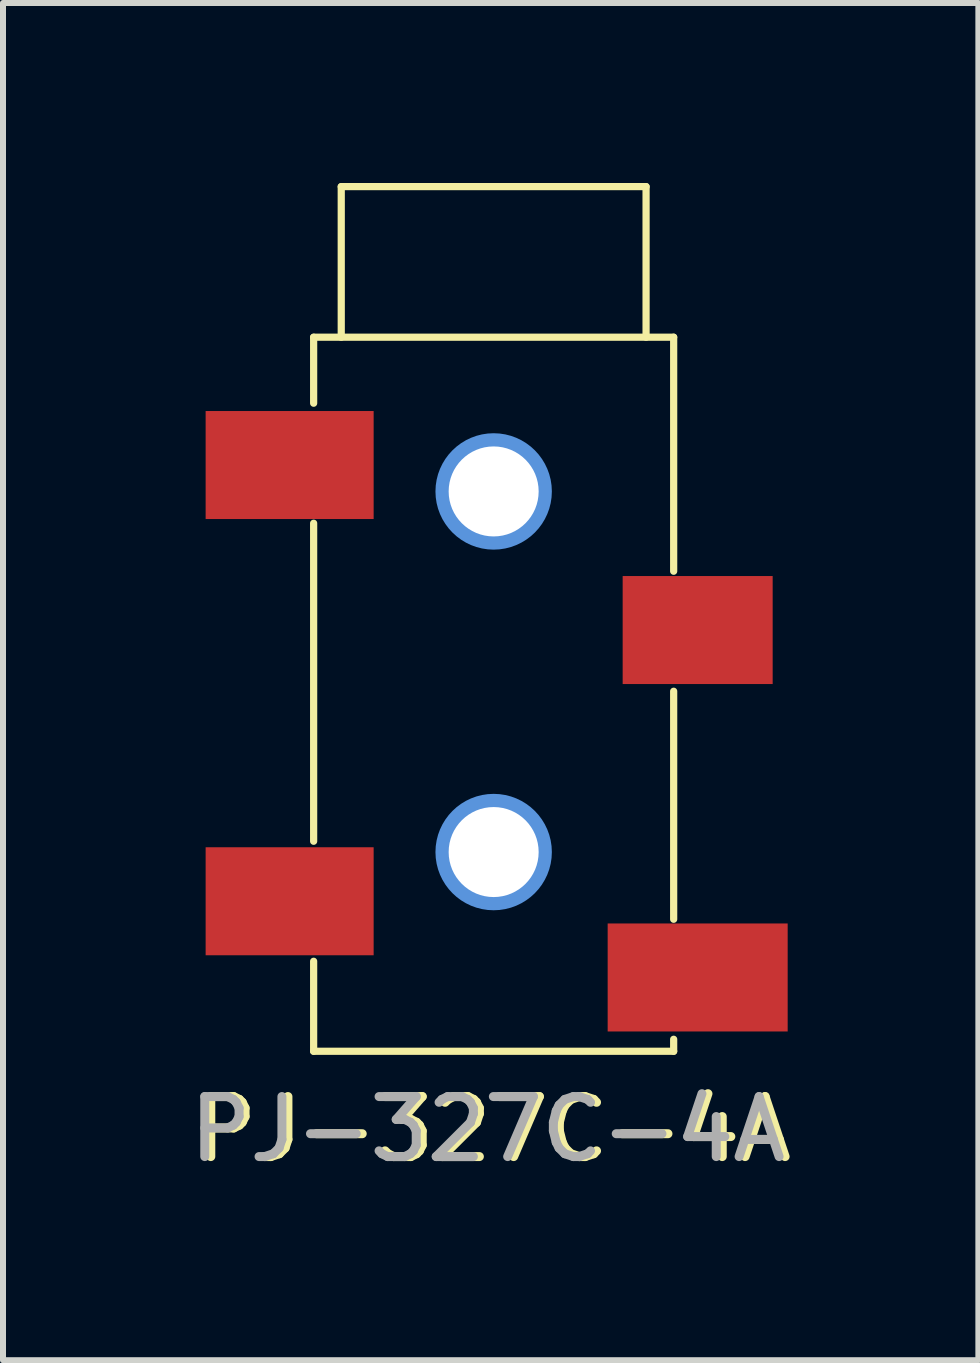
<source format=kicad_pcb>
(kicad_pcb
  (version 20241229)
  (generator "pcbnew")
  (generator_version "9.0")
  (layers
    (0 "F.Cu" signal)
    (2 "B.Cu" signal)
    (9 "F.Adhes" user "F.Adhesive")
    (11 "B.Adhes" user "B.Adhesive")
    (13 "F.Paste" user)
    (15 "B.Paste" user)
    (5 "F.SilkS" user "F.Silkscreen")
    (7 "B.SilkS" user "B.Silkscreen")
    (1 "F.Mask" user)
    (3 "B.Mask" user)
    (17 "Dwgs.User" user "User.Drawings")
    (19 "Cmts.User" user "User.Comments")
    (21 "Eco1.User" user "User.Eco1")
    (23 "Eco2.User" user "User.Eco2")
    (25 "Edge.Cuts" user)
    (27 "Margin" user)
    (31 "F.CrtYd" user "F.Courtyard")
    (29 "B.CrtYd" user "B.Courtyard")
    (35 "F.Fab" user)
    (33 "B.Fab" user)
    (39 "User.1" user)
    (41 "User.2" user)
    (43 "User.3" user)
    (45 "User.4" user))
  (footprint "PJ-327C-4A"
    (layer "F.Cu")
    (at 5.177 8.97)
    (property "Reference" "PJ-327C-4A" (at 0 6.8 0) (layer "F.SilkS") (effects (font (size 1 1) (thickness 0.15))))
    (attr smd)
    (fp_line (start -3 -6.4) (end 3 -6.4) (stroke (width 0.12) (type solid)) (layer "F.SilkS"))
    (fp_line (start -3 -5.3) (end -3 -6.4) (stroke (width 0.12) (type solid)) (layer "F.SilkS"))
    (fp_line (start -3 2) (end -3 -3.3) (stroke (width 0.12) (type solid)) (layer "F.SilkS"))
    (fp_line (start -3 4) (end -3 5.5) (stroke (width 0.12) (type solid)) (layer "F.SilkS"))
    (fp_line (start -3 5.5) (end 3 5.5) (stroke (width 0.12) (type solid)) (layer "F.SilkS"))
    (fp_line (start -2.54 -8.91) (end -2.54 -6.4) (stroke (width 0.12) (type solid)) (layer "F.SilkS"))
    (fp_line (start -2.54 -8.91) (end 2.54 -8.91) (stroke (width 0.12) (type solid)) (layer "F.SilkS"))
    (fp_line (start 2.54 -8.91) (end 2.54 -6.4) (stroke (width 0.12) (type solid)) (layer "F.SilkS"))
    (fp_line (start 3 -6.4) (end 3 -2.5) (stroke (width 0.12) (type solid)) (layer "F.SilkS"))
    (fp_line (start 3 -0.5) (end 3 3.3) (stroke (width 0.12) (type solid)) (layer "F.SilkS"))
    (fp_line (start 3 5.3) (end 3 5.5) (stroke (width 0.12) (type solid)) (layer "F.SilkS"))
    (fp_circle (center 0 -3.83) (end 0.32 -3.83) (stroke (width 0.65) (type solid)) (fill no) (layer "Cmts.User"))
    (fp_circle (center 0 2.18) (end 0.32 2.18) (stroke (width 0.65) (type solid)) (fill no) (layer "Cmts.User"))
    (fp_text user "${REFERENCE}" (at -0.1 6.8 0) (layer "F.Fab") (effects (font (size 1 1) (thickness 0.15))))
    (pad "" np_thru_hole circle (at 0 -3.83) (size 1.5 1.5) (drill 1.5) (layers "*.Cu" "*.Mask"))
    (pad "" np_thru_hole circle (at 0 2.18) (size 1.5 1.5) (drill 1.5) (layers "*.Cu" "*.Mask"))
    (pad "R" smd rect (at 3.4 -1.52 90) (size 1.8 2.5) (layers "F.Cu" "F.Mask" "F.Paste"))
    (pad "S" smd rect (at -3.4 -4.27 90) (size 1.8 2.8) (layers "F.Cu" "F.Mask" "F.Paste"))
    (pad "T" smd rect (at -3.4 3 90) (size 1.8 2.8) (layers "F.Cu" "F.Mask" "F.Paste"))
    (pad "TN" smd rect (at 3.4 4.27 90) (size 1.8 3) (layers "F.Cu" "F.Mask" "F.Paste")))
  (gr_rect
    (start -3 -3)
    (end 13.255 19.618)
    (stroke (width 0.1) (type default))
    (fill no)
    (layer "Edge.Cuts")))
</source>
